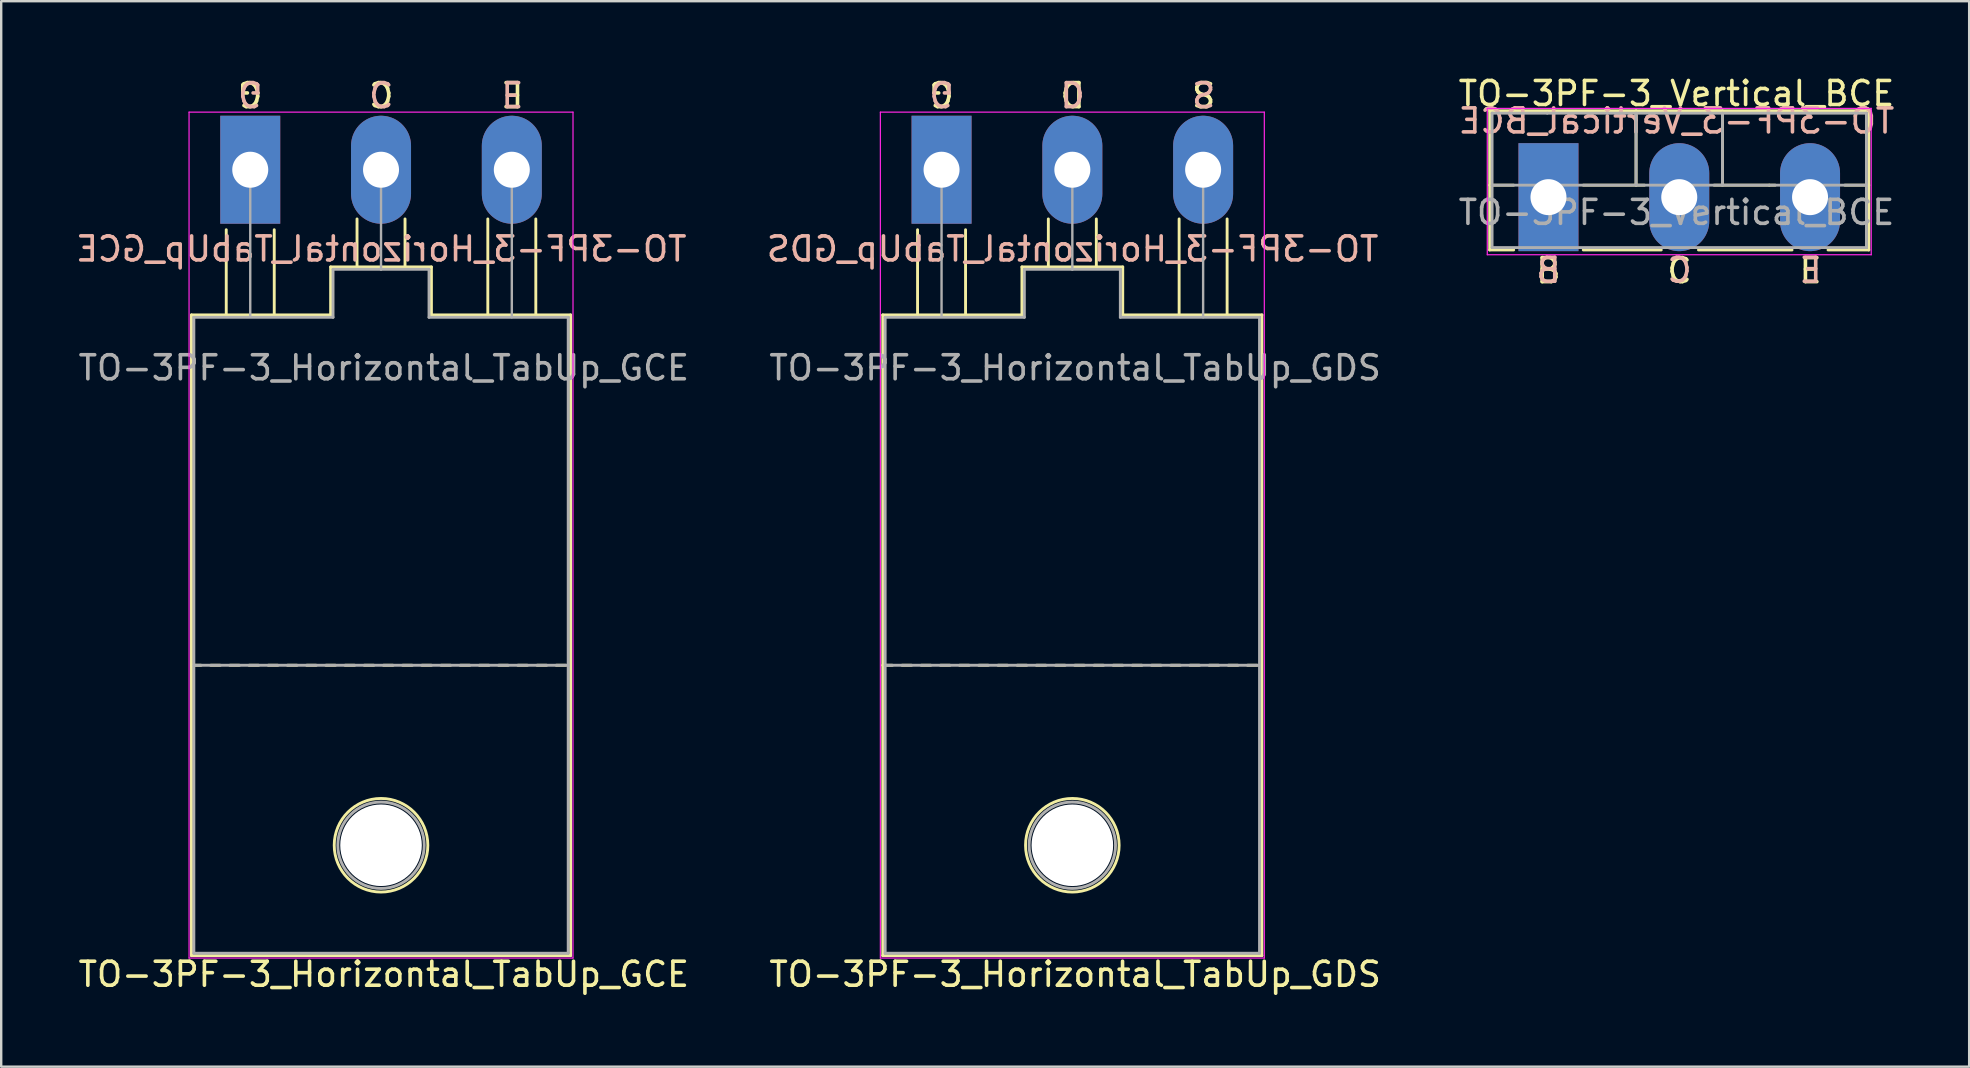
<source format=kicad_pcb>
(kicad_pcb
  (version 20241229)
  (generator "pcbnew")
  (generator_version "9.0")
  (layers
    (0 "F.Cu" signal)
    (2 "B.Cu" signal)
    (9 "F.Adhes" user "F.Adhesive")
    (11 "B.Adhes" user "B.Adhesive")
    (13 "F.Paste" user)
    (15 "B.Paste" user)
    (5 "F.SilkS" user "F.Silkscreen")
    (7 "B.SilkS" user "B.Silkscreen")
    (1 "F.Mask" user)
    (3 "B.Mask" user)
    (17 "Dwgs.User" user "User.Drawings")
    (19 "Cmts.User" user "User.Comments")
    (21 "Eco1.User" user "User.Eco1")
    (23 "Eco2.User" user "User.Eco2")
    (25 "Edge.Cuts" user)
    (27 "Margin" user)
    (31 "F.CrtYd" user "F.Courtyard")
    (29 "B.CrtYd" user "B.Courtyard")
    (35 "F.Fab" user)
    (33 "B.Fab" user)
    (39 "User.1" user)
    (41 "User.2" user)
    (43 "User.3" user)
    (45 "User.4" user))
  (footprint "TO-3PF-3_Horizontal_TabUp_GCE"
    (layer "F.Cu")
    (at 7.378 4.023)
    (property "Reference" "TO-3PF-3_Horizontal_TabUp_GCE" (at 5.566 33.528 180) (layer "F.SilkS") (effects (font (size 1 1) (thickness 0.15))))
    (fp_line (start -2.45 6.05) (end 3.35 6.05) (stroke (width 0.12) (type solid)) (layer "F.SilkS"))
    (fp_line (start -2.45 20.65) (end -2.05 20.65) (stroke (width 0.12) (type solid)) (layer "F.SilkS"))
    (fp_line (start -2.45 32.75) (end -2.45 6.05) (stroke (width 0.12) (type solid)) (layer "F.SilkS"))
    (fp_line (start -1.65 20.65) (end -1.25 20.65) (stroke (width 0.12) (type solid)) (layer "F.SilkS"))
    (fp_line (start -1 6) (end -1 2.5) (stroke (width 0.12) (type solid)) (layer "F.SilkS"))
    (fp_line (start -0.85 20.65) (end -0.45 20.65) (stroke (width 0.12) (type solid)) (layer "F.SilkS"))
    (fp_line (start -0.05 20.65) (end 0.35 20.65) (stroke (width 0.12) (type solid)) (layer "F.SilkS"))
    (fp_line (start 0.75 20.65) (end 1.15 20.65) (stroke (width 0.12) (type solid)) (layer "F.SilkS"))
    (fp_line (start 1 6) (end 1 2.5) (stroke (width 0.12) (type solid)) (layer "F.SilkS"))
    (fp_line (start 1.55 20.65) (end 1.95 20.65) (stroke (width 0.12) (type solid)) (layer "F.SilkS"))
    (fp_line (start 2.35 20.65) (end 2.75 20.65) (stroke (width 0.12) (type solid)) (layer "F.SilkS"))
    (fp_line (start 3.15 20.65) (end 3.55 20.65) (stroke (width 0.12) (type solid)) (layer "F.SilkS"))
    (fp_line (start 3.35 4.05) (end 7.55 4.05) (stroke (width 0.12) (type solid)) (layer "F.SilkS"))
    (fp_line (start 3.35 6.05) (end 3.35 4.05) (stroke (width 0.12) (type solid)) (layer "F.SilkS"))
    (fp_line (start 3.95 20.65) (end 4.35 20.65) (stroke (width 0.12) (type solid)) (layer "F.SilkS"))
    (fp_line (start 4.45 4.05) (end 4.45 2.05) (stroke (width 0.12) (type solid)) (layer "F.SilkS"))
    (fp_line (start 4.75 20.65) (end 5.15 20.65) (stroke (width 0.12) (type solid)) (layer "F.SilkS"))
    (fp_line (start 5.55 20.65) (end 5.95 20.65) (stroke (width 0.12) (type solid)) (layer "F.SilkS"))
    (fp_line (start 6.35 20.65) (end 6.75 20.65) (stroke (width 0.12) (type solid)) (layer "F.SilkS"))
    (fp_line (start 6.45 4.05) (end 6.45 2.05) (stroke (width 0.12) (type solid)) (layer "F.SilkS"))
    (fp_line (start 7.15 20.65) (end 7.55 20.65) (stroke (width 0.12) (type solid)) (layer "F.SilkS"))
    (fp_line (start 7.55 4.05) (end 7.55 6.05) (stroke (width 0.12) (type solid)) (layer "F.SilkS"))
    (fp_line (start 7.55 6.05) (end 13.35 6.05) (stroke (width 0.12) (type solid)) (layer "F.SilkS"))
    (fp_line (start 7.95 20.65) (end 8.35 20.65) (stroke (width 0.12) (type solid)) (layer "F.SilkS"))
    (fp_line (start 8.75 20.65) (end 9.15 20.65) (stroke (width 0.12) (type solid)) (layer "F.SilkS"))
    (fp_line (start 9.55 20.65) (end 9.95 20.65) (stroke (width 0.12) (type solid)) (layer "F.SilkS"))
    (fp_line (start 9.9 6) (end 9.9 2.05) (stroke (width 0.12) (type solid)) (layer "F.SilkS"))
    (fp_line (start 10.35 20.65) (end 10.75 20.65) (stroke (width 0.12) (type solid)) (layer "F.SilkS"))
    (fp_line (start 11.15 20.65) (end 11.55 20.65) (stroke (width 0.12) (type solid)) (layer "F.SilkS"))
    (fp_line (start 11.9 6) (end 11.9 2.05) (stroke (width 0.12) (type solid)) (layer "F.SilkS"))
    (fp_line (start 11.95 20.65) (end 12.35 20.65) (stroke (width 0.12) (type solid)) (layer "F.SilkS"))
    (fp_line (start 12.75 20.65) (end 13.15 20.65) (stroke (width 0.12) (type solid)) (layer "F.SilkS"))
    (fp_line (start 13.35 6.05) (end 13.35 32.75) (stroke (width 0.12) (type solid)) (layer "F.SilkS"))
    (fp_line (start 13.35 32.75) (end -2.45 32.75) (stroke (width 0.12) (type solid)) (layer "F.SilkS"))
    (fp_circle (center 5.45 28.15) (end 3.5 28.15) (stroke (width 0.12) (type solid)) (fill no) (layer "F.SilkS"))
    (fp_line (start -2.55 -2.4) (end -2.55 32.85) (stroke (width 0.05) (type solid)) (layer "F.CrtYd"))
    (fp_line (start -2.55 32.85) (end 13.45 32.85) (stroke (width 0.05) (type solid)) (layer "F.CrtYd"))
    (fp_line (start 13.45 -2.4) (end -2.55 -2.4) (stroke (width 0.05) (type solid)) (layer "F.CrtYd"))
    (fp_line (start 13.45 32.85) (end 13.45 -2.4) (stroke (width 0.05) (type solid)) (layer "F.CrtYd"))
    (fp_line (start -2.35 6.15) (end 3.45 6.15) (stroke (width 0.12) (type solid)) (layer "F.Fab"))
    (fp_line (start -2.35 32.65) (end -2.35 6.15) (stroke (width 0.12) (type solid)) (layer "F.Fab"))
    (fp_line (start 0 6.1) (end 0 0) (stroke (width 0.1) (type solid)) (layer "F.Fab"))
    (fp_line (start 3.45 4.15) (end 3.45 6.15) (stroke (width 0.12) (type solid)) (layer "F.Fab"))
    (fp_line (start 5.45 4.15) (end 3.45 4.15) (stroke (width 0.12) (type solid)) (layer "F.Fab"))
    (fp_line (start 5.45 4.15) (end 5.45 0) (stroke (width 0.1) (type solid)) (layer "F.Fab"))
    (fp_line (start 5.45 4.15) (end 7.45 4.15) (stroke (width 0.12) (type solid)) (layer "F.Fab"))
    (fp_line (start 7.45 4.15) (end 7.45 6.15) (stroke (width 0.12) (type solid)) (layer "F.Fab"))
    (fp_line (start 7.45 6.15) (end 13.25 6.15) (stroke (width 0.12) (type solid)) (layer "F.Fab"))
    (fp_line (start 10.9 0) (end 10.9 6.15) (stroke (width 0.1) (type solid)) (layer "F.Fab"))
    (fp_line (start 13.25 6.15) (end 13.25 32.65) (stroke (width 0.12) (type solid)) (layer "F.Fab"))
    (fp_line (start 13.25 20.65) (end -2.35 20.65) (stroke (width 0.12) (type solid)) (layer "F.Fab"))
    (fp_line (start 13.25 32.65) (end -2.35 32.65) (stroke (width 0.12) (type solid)) (layer "F.Fab"))
    (fp_circle (center 5.45 28.15) (end 3.65 28.15) (stroke (width 0.12) (type solid)) (fill no) (layer "F.Fab"))
    (fp_text user "G" (at 0 -3.175 180) (unlocked yes) (layer "F.SilkS") (effects (font (size 1 1) (thickness 0.15))))
    (fp_text user "C" (at 5.461 -3.175 180) (unlocked yes) (layer "F.SilkS") (effects (font (size 1 1) (thickness 0.15))))
    (fp_text user "E" (at 10.922 -3.175 180) (unlocked yes) (layer "F.SilkS") (effects (font (size 1 1) (thickness 0.15))))
    (fp_text user "C" (at 5.461 -3.175 180) (unlocked yes) (layer "B.SilkS") (effects (font (size 1 1) (thickness 0.15)) (justify mirror)))
    (fp_text user "${REFERENCE}" (at 5.461 3.302 0) (layer "B.SilkS") (effects (font (size 1 1) (thickness 0.15)) (justify mirror)))
    (fp_text user "G" (at 0 -3.175 180) (unlocked yes) (layer "B.SilkS") (effects (font (size 1 1) (thickness 0.15)) (justify mirror)))
    (fp_text user "E" (at 10.922 -3.175 180) (unlocked yes) (layer "B.SilkS") (effects (font (size 1 1) (thickness 0.15)) (justify mirror)))
    (fp_text user "${REFERENCE}" (at 5.566 8.255 180) (layer "F.Fab") (effects (font (size 1 1) (thickness 0.15))))
    (pad "" np_thru_hole circle (at 5.45 28.15) (size 3.4 3.4) (drill 3.4) (layers "*.Cu" "*.Mask"))
    (pad "1" thru_hole rect (at 0 0) (size 2.5 4.5) (drill 1.5) (layers "*.Cu" "*.Mask"))
    (pad "2" thru_hole oval (at 5.45 0) (size 2.5 4.5) (drill 1.5) (layers "*.Cu" "*.Mask"))
    (pad "3" thru_hole oval (at 10.9 0) (size 2.5 4.5) (drill 1.5) (layers "*.Cu" "*.Mask")))
  (footprint "TO-3PF-3_Vertical_BCE"
    (layer "F.Cu")
    (at 61.477 5.166)
    (property "Reference" "TO-3PF-3_Vertical_BCE" (at 5.334 -4.318 0) (layer "F.SilkS") (effects (font (size 1 1) (thickness 0.15))))
    (fp_line (start -2.45 -3.6) (end -2.45 2.2) (stroke (width 0.12) (type solid)) (layer "F.SilkS"))
    (fp_line (start -2.45 2.2) (end -1.45 2.2) (stroke (width 0.12) (type solid)) (layer "F.SilkS"))
    (fp_line (start -1.45 -0.5) (end -2.45 -0.5) (stroke (width 0.12) (type solid)) (layer "F.SilkS"))
    (fp_line (start 1.45 2.2) (end 4.7 2.2) (stroke (width 0.12) (type solid)) (layer "F.SilkS"))
    (fp_line (start 3.65 -3.6) (end 3.65 -0.5) (stroke (width 0.12) (type solid)) (layer "F.SilkS"))
    (fp_line (start 3.65 -0.5) (end 1.45 -0.5) (stroke (width 0.12) (type solid)) (layer "F.SilkS"))
    (fp_line (start 3.65 -0.5) (end 4 -0.5) (stroke (width 0.12) (type solid)) (layer "F.SilkS"))
    (fp_line (start 6.25 2.2) (end 10.15 2.2) (stroke (width 0.12) (type solid)) (layer "F.SilkS"))
    (fp_line (start 7.25 -0.5) (end 7.25 -3.6) (stroke (width 0.12) (type solid)) (layer "F.SilkS"))
    (fp_line (start 9.2 -0.5) (end 6.9 -0.5) (stroke (width 0.12) (type solid)) (layer "F.SilkS"))
    (fp_line (start 9.45 -0.5) (end 9.2 -0.5) (stroke (width 0.12) (type solid)) (layer "F.SilkS"))
    (fp_line (start 11.65 2.2) (end 13.35 2.2) (stroke (width 0.12) (type solid)) (layer "F.SilkS"))
    (fp_line (start 13.35 -3.6) (end -2.45 -3.6) (stroke (width 0.12) (type solid)) (layer "F.SilkS"))
    (fp_line (start 13.35 -0.5) (end 12.35 -0.5) (stroke (width 0.12) (type solid)) (layer "F.SilkS"))
    (fp_line (start 13.35 2.2) (end 13.35 -3.6) (stroke (width 0.12) (type solid)) (layer "F.SilkS"))
    (fp_line (start -2.55 -3.7) (end -2.55 2.4) (stroke (width 0.05) (type solid)) (layer "F.CrtYd"))
    (fp_line (start -2.55 2.4) (end 13.45 2.4) (stroke (width 0.05) (type solid)) (layer "F.CrtYd"))
    (fp_line (start 13.45 -3.7) (end -2.55 -3.7) (stroke (width 0.05) (type solid)) (layer "F.CrtYd"))
    (fp_line (start 13.45 2.4) (end 13.45 -3.7) (stroke (width 0.05) (type solid)) (layer "F.CrtYd"))
    (fp_line (start -2.35 -3.5) (end -2.35 2.1) (stroke (width 0.12) (type solid)) (layer "F.Fab"))
    (fp_line (start -2.35 2.1) (end 13.25 2.1) (stroke (width 0.12) (type solid)) (layer "F.Fab"))
    (fp_line (start -0.05 -3.5) (end -2.35 -3.5) (stroke (width 0.12) (type solid)) (layer "F.Fab"))
    (fp_line (start 2.95 -3.5) (end -0.05 -3.5) (stroke (width 0.12) (type solid)) (layer "F.Fab"))
    (fp_line (start 3.65 -3.5) (end 3.65 -0.5) (stroke (width 0.12) (type solid)) (layer "F.Fab"))
    (fp_line (start 7.25 -3.5) (end 7.25 -0.5) (stroke (width 0.12) (type solid)) (layer "F.Fab"))
    (fp_line (start 10.85 -0.5) (end -2.35 -0.5) (stroke (width 0.12) (type solid)) (layer "F.Fab"))
    (fp_line (start 10.85 -0.5) (end 13.25 -0.5) (stroke (width 0.12) (type solid)) (layer "F.Fab"))
    (fp_line (start 10.95 -3.5) (end 2.95 -3.5) (stroke (width 0.12) (type solid)) (layer "F.Fab"))
    (fp_line (start 13.25 -3.5) (end 10.95 -3.5) (stroke (width 0.12) (type solid)) (layer "F.Fab"))
    (fp_line (start 13.25 2.1) (end 13.25 -3.5) (stroke (width 0.12) (type solid)) (layer "F.Fab"))
    (fp_text user "C" (at 5.461 3.064 0) (unlocked yes) (layer "F.SilkS") (effects (font (size 1 1) (thickness 0.15))))
    (fp_text user "B" (at 0 3.064 0) (unlocked yes) (layer "F.SilkS") (effects (font (size 1 1) (thickness 0.15))))
    (fp_text user "E" (at 10.922 3.064 0) (unlocked yes) (layer "F.SilkS") (effects (font (size 1 1) (thickness 0.15))))
    (fp_text user "${REFERENCE}" (at 5.334 -3.175 0) (layer "B.SilkS") (effects (font (size 1 1) (thickness 0.15)) (justify mirror)))
    (fp_text user "B" (at 0 3.048 0) (unlocked yes) (layer "B.SilkS") (effects (font (size 1 1) (thickness 0.15)) (justify mirror)))
    (fp_text user "C" (at 5.461 3.048 0) (unlocked yes) (layer "B.SilkS") (effects (font (size 1 1) (thickness 0.15)) (justify mirror)))
    (fp_text user "E" (at 10.922 3.048 0) (unlocked yes) (layer "B.SilkS") (effects (font (size 1 1) (thickness 0.15)) (justify mirror)))
    (fp_text user "${REFERENCE}" (at 5.334 0.635 0) (layer "F.Fab") (effects (font (size 1 1) (thickness 0.15))))
    (pad "1" thru_hole rect (at 0 0) (size 2.5 4.5) (drill 1.5) (layers "*.Cu" "*.Mask"))
    (pad "2" thru_hole oval (at 5.45 0) (size 2.5 4.5) (drill 1.5) (layers "*.Cu" "*.Mask"))
    (pad "3" thru_hole oval (at 10.9 0) (size 2.5 4.5) (drill 1.5) (layers "*.Cu" "*.Mask")))
  (footprint "TO-3PF-3_Horizontal_TabUp_GDS"
    (layer "F.Cu")
    (at 36.186 4.023)
    (property "Reference" "TO-3PF-3_Horizontal_TabUp_GDS" (at 5.566 33.528 180) (layer "F.SilkS") (effects (font (size 1 1) (thickness 0.15))))
    (fp_line (start -2.45 6.05) (end 3.35 6.05) (stroke (width 0.12) (type solid)) (layer "F.SilkS"))
    (fp_line (start -2.45 20.65) (end -2.05 20.65) (stroke (width 0.12) (type solid)) (layer "F.SilkS"))
    (fp_line (start -2.45 32.75) (end -2.45 6.05) (stroke (width 0.12) (type solid)) (layer "F.SilkS"))
    (fp_line (start -1.65 20.65) (end -1.25 20.65) (stroke (width 0.12) (type solid)) (layer "F.SilkS"))
    (fp_line (start -1 6) (end -1 2.5) (stroke (width 0.12) (type solid)) (layer "F.SilkS"))
    (fp_line (start -0.85 20.65) (end -0.45 20.65) (stroke (width 0.12) (type solid)) (layer "F.SilkS"))
    (fp_line (start -0.05 20.65) (end 0.35 20.65) (stroke (width 0.12) (type solid)) (layer "F.SilkS"))
    (fp_line (start 0.75 20.65) (end 1.15 20.65) (stroke (width 0.12) (type solid)) (layer "F.SilkS"))
    (fp_line (start 1 6) (end 1 2.5) (stroke (width 0.12) (type solid)) (layer "F.SilkS"))
    (fp_line (start 1.55 20.65) (end 1.95 20.65) (stroke (width 0.12) (type solid)) (layer "F.SilkS"))
    (fp_line (start 2.35 20.65) (end 2.75 20.65) (stroke (width 0.12) (type solid)) (layer "F.SilkS"))
    (fp_line (start 3.15 20.65) (end 3.55 20.65) (stroke (width 0.12) (type solid)) (layer "F.SilkS"))
    (fp_line (start 3.35 4.05) (end 7.55 4.05) (stroke (width 0.12) (type solid)) (layer "F.SilkS"))
    (fp_line (start 3.35 6.05) (end 3.35 4.05) (stroke (width 0.12) (type solid)) (layer "F.SilkS"))
    (fp_line (start 3.95 20.65) (end 4.35 20.65) (stroke (width 0.12) (type solid)) (layer "F.SilkS"))
    (fp_line (start 4.45 4.05) (end 4.45 2.05) (stroke (width 0.12) (type solid)) (layer "F.SilkS"))
    (fp_line (start 4.75 20.65) (end 5.15 20.65) (stroke (width 0.12) (type solid)) (layer "F.SilkS"))
    (fp_line (start 5.55 20.65) (end 5.95 20.65) (stroke (width 0.12) (type solid)) (layer "F.SilkS"))
    (fp_line (start 6.35 20.65) (end 6.75 20.65) (stroke (width 0.12) (type solid)) (layer "F.SilkS"))
    (fp_line (start 6.45 4.05) (end 6.45 2.05) (stroke (width 0.12) (type solid)) (layer "F.SilkS"))
    (fp_line (start 7.15 20.65) (end 7.55 20.65) (stroke (width 0.12) (type solid)) (layer "F.SilkS"))
    (fp_line (start 7.55 4.05) (end 7.55 6.05) (stroke (width 0.12) (type solid)) (layer "F.SilkS"))
    (fp_line (start 7.55 6.05) (end 13.35 6.05) (stroke (width 0.12) (type solid)) (layer "F.SilkS"))
    (fp_line (start 7.95 20.65) (end 8.35 20.65) (stroke (width 0.12) (type solid)) (layer "F.SilkS"))
    (fp_line (start 8.75 20.65) (end 9.15 20.65) (stroke (width 0.12) (type solid)) (layer "F.SilkS"))
    (fp_line (start 9.55 20.65) (end 9.95 20.65) (stroke (width 0.12) (type solid)) (layer "F.SilkS"))
    (fp_line (start 9.9 6) (end 9.9 2.05) (stroke (width 0.12) (type solid)) (layer "F.SilkS"))
    (fp_line (start 10.35 20.65) (end 10.75 20.65) (stroke (width 0.12) (type solid)) (layer "F.SilkS"))
    (fp_line (start 11.15 20.65) (end 11.55 20.65) (stroke (width 0.12) (type solid)) (layer "F.SilkS"))
    (fp_line (start 11.9 6) (end 11.9 2.05) (stroke (width 0.12) (type solid)) (layer "F.SilkS"))
    (fp_line (start 11.95 20.65) (end 12.35 20.65) (stroke (width 0.12) (type solid)) (layer "F.SilkS"))
    (fp_line (start 12.75 20.65) (end 13.15 20.65) (stroke (width 0.12) (type solid)) (layer "F.SilkS"))
    (fp_line (start 13.35 6.05) (end 13.35 32.75) (stroke (width 0.12) (type solid)) (layer "F.SilkS"))
    (fp_line (start 13.35 32.75) (end -2.45 32.75) (stroke (width 0.12) (type solid)) (layer "F.SilkS"))
    (fp_circle (center 5.45 28.15) (end 3.5 28.15) (stroke (width 0.12) (type solid)) (fill no) (layer "F.SilkS"))
    (fp_line (start -2.55 -2.4) (end -2.55 32.85) (stroke (width 0.05) (type solid)) (layer "F.CrtYd"))
    (fp_line (start -2.55 32.85) (end 13.45 32.85) (stroke (width 0.05) (type solid)) (layer "F.CrtYd"))
    (fp_line (start 13.45 -2.4) (end -2.55 -2.4) (stroke (width 0.05) (type solid)) (layer "F.CrtYd"))
    (fp_line (start 13.45 32.85) (end 13.45 -2.4) (stroke (width 0.05) (type solid)) (layer "F.CrtYd"))
    (fp_line (start -2.35 6.15) (end 3.45 6.15) (stroke (width 0.12) (type solid)) (layer "F.Fab"))
    (fp_line (start -2.35 32.65) (end -2.35 6.15) (stroke (width 0.12) (type solid)) (layer "F.Fab"))
    (fp_line (start 0 6.1) (end 0 0) (stroke (width 0.1) (type solid)) (layer "F.Fab"))
    (fp_line (start 3.45 4.15) (end 3.45 6.15) (stroke (width 0.12) (type solid)) (layer "F.Fab"))
    (fp_line (start 5.45 4.15) (end 3.45 4.15) (stroke (width 0.12) (type solid)) (layer "F.Fab"))
    (fp_line (start 5.45 4.15) (end 5.45 0) (stroke (width 0.1) (type solid)) (layer "F.Fab"))
    (fp_line (start 5.45 4.15) (end 7.45 4.15) (stroke (width 0.12) (type solid)) (layer "F.Fab"))
    (fp_line (start 7.45 4.15) (end 7.45 6.15) (stroke (width 0.12) (type solid)) (layer "F.Fab"))
    (fp_line (start 7.45 6.15) (end 13.25 6.15) (stroke (width 0.12) (type solid)) (layer "F.Fab"))
    (fp_line (start 10.9 0) (end 10.9 6.15) (stroke (width 0.1) (type solid)) (layer "F.Fab"))
    (fp_line (start 13.25 6.15) (end 13.25 32.65) (stroke (width 0.12) (type solid)) (layer "F.Fab"))
    (fp_line (start 13.25 20.65) (end -2.35 20.65) (stroke (width 0.12) (type solid)) (layer "F.Fab"))
    (fp_line (start 13.25 32.65) (end -2.35 32.65) (stroke (width 0.12) (type solid)) (layer "F.Fab"))
    (fp_circle (center 5.45 28.15) (end 3.65 28.15) (stroke (width 0.12) (type solid)) (fill no) (layer "F.Fab"))
    (fp_text user "S" (at 10.922 -3.175 180) (unlocked yes) (layer "F.SilkS") (effects (font (size 1 1) (thickness 0.15))))
    (fp_text user "G" (at 0 -3.175 180) (unlocked yes) (layer "F.SilkS") (effects (font (size 1 1) (thickness 0.15))))
    (fp_text user "D" (at 5.461 -3.175 180) (unlocked yes) (layer "F.SilkS") (effects (font (size 1 1) (thickness 0.15))))
    (fp_text user "S" (at 10.922 -3.175 180) (unlocked yes) (layer "B.SilkS") (effects (font (size 1 1) (thickness 0.15)) (justify mirror)))
    (fp_text user "D" (at 5.461 -3.175 180) (unlocked yes) (layer "B.SilkS") (effects (font (size 1 1) (thickness 0.15)) (justify mirror)))
    (fp_text user "${REFERENCE}" (at 5.461 3.302 0) (layer "B.SilkS") (effects (font (size 1 1) (thickness 0.15)) (justify mirror)))
    (fp_text user "G" (at 0 -3.175 180) (unlocked yes) (layer "B.SilkS") (effects (font (size 1 1) (thickness 0.15)) (justify mirror)))
    (fp_text user "${REFERENCE}" (at 5.566 8.255 180) (layer "F.Fab") (effects (font (size 1 1) (thickness 0.15))))
    (pad "" np_thru_hole circle (at 5.45 28.15) (size 3.4 3.4) (drill 3.4) (layers "*.Cu" "*.Mask"))
    (pad "1" thru_hole rect (at 0 0) (size 2.5 4.5) (drill 1.5) (layers "*.Cu" "*.Mask"))
    (pad "2" thru_hole oval (at 5.45 0) (size 2.5 4.5) (drill 1.5) (layers "*.Cu" "*.Mask"))
    (pad "3" thru_hole oval (at 10.9 0) (size 2.5 4.5) (drill 1.5) (layers "*.Cu" "*.Mask")))
  (gr_rect
    (start -3 -3)
    (end 79.008 41.4)
    (stroke (width 0.1) (type default))
    (fill no)
    (layer "Edge.Cuts")))
</source>
